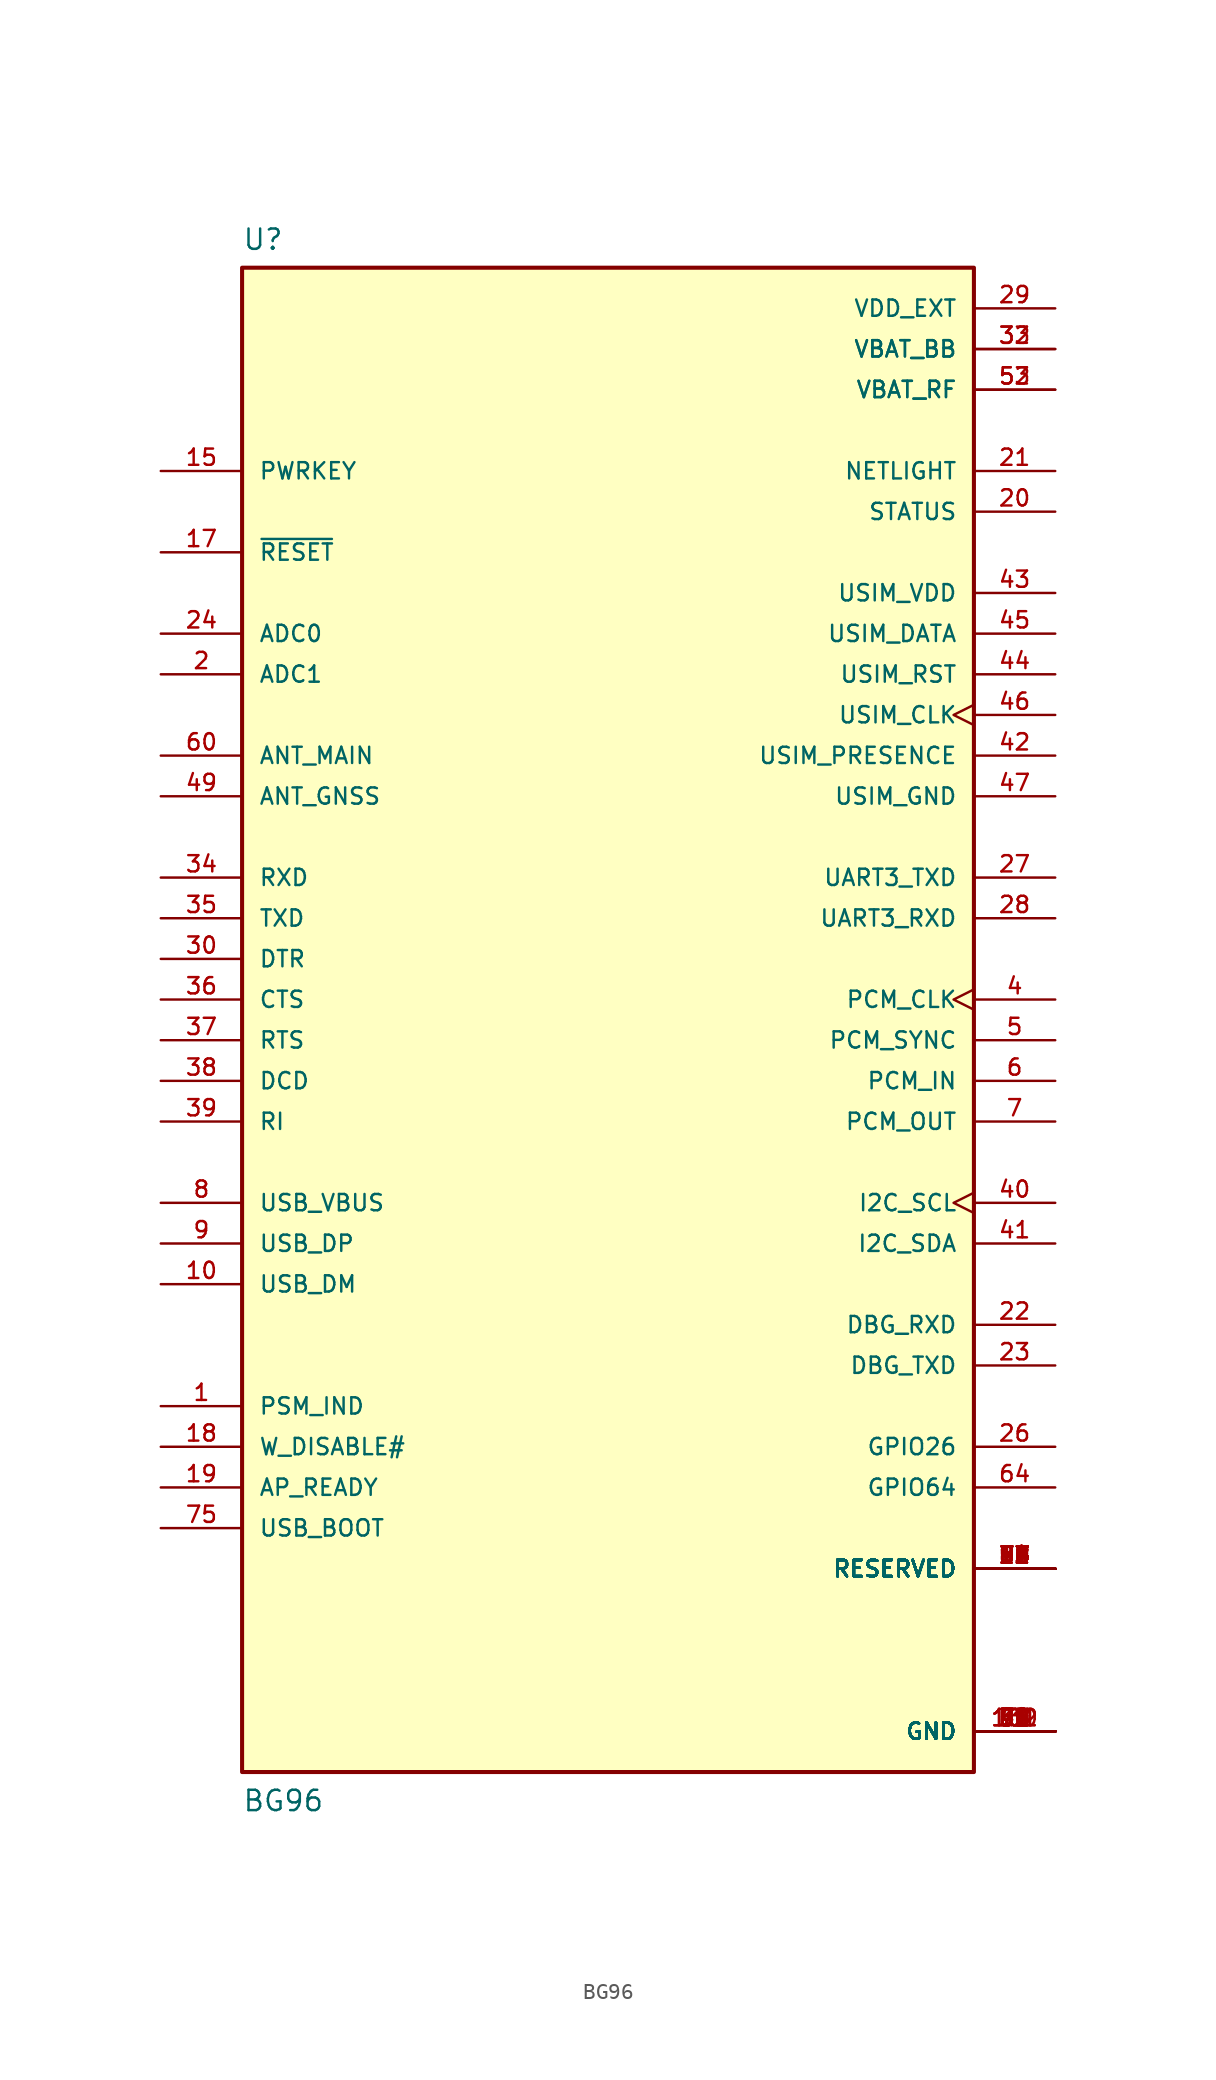
<source format=kicad_sym>
(kicad_symbol_lib
  (version 20211014)
  (generator kicad_symbol_editor)
  (symbol "BG96"
    (pin_names
      (offset 1.016))
    (property "Reference" "U"
      (at -22.86 46.736 0)
      (effects (font (size 1.27 1.27)) (justify bottom left)))
    (property "Value" "BG96"
      (at -22.86 -50.8 0)
      (effects (font (size 1.27 1.27)) (justify bottom left)))
    (symbol "BG96_0_0"
      (rectangle (start -22.86 -48.26) (end 22.86 45.72) (stroke (width 0.254)) (fill (type background)))
      (pin power_in line (at 27.94 40.64 180.0) (length 5.08) (name "VBAT_BB" (effects (font (size 1.016 1.016)))) (number "32" (effects (font (size 1.016 1.016)))))
      (pin power_in line (at 27.94 40.64 180.0) (length 5.08) (name "VBAT_BB" (effects (font (size 1.016 1.016)))) (number "33" (effects (font (size 1.016 1.016)))))
      (pin power_in line (at 27.94 43.18 180.0) (length 5.08) (name "VDD_EXT" (effects (font (size 1.016 1.016)))) (number "29" (effects (font (size 1.016 1.016)))))
      (pin power_in line (at 27.94 -45.72 180.0) (length 5.08) (name "GND" (effects (font (size 1.016 1.016)))) (number "3" (effects (font (size 1.016 1.016)))))
      (pin power_in line (at 27.94 -45.72 180.0) (length 5.08) (name "GND" (effects (font (size 1.016 1.016)))) (number "31" (effects (font (size 1.016 1.016)))))
      (pin power_in line (at 27.94 -45.72 180.0) (length 5.08) (name "GND" (effects (font (size 1.016 1.016)))) (number "48" (effects (font (size 1.016 1.016)))))
      (pin power_in line (at 27.94 -45.72 180.0) (length 5.08) (name "GND" (effects (font (size 1.016 1.016)))) (number "50" (effects (font (size 1.016 1.016)))))
      (pin power_in line (at 27.94 -45.72 180.0) (length 5.08) (name "GND" (effects (font (size 1.016 1.016)))) (number "54" (effects (font (size 1.016 1.016)))))
      (pin power_in line (at 27.94 -45.72 180.0) (length 5.08) (name "GND" (effects (font (size 1.016 1.016)))) (number "55" (effects (font (size 1.016 1.016)))))
      (pin power_in line (at 27.94 -45.72 180.0) (length 5.08) (name "GND" (effects (font (size 1.016 1.016)))) (number "58" (effects (font (size 1.016 1.016)))))
      (pin power_in line (at 27.94 -45.72 180.0) (length 5.08) (name "GND" (effects (font (size 1.016 1.016)))) (number "59" (effects (font (size 1.016 1.016)))))
      (pin power_in line (at 27.94 -45.72 180.0) (length 5.08) (name "GND" (effects (font (size 1.016 1.016)))) (number "61" (effects (font (size 1.016 1.016)))))
      (pin power_in line (at 27.94 -45.72 180.0) (length 5.08) (name "GND" (effects (font (size 1.016 1.016)))) (number "62" (effects (font (size 1.016 1.016)))))
      (pin power_in line (at 27.94 -45.72 180.0) (length 5.08) (name "GND" (effects (font (size 1.016 1.016)))) (number "67" (effects (font (size 1.016 1.016)))))
      (pin power_in line (at 27.94 -45.72 180.0) (length 5.08) (name "GND" (effects (font (size 1.016 1.016)))) (number "68" (effects (font (size 1.016 1.016)))))
      (pin power_in line (at 27.94 -45.72 180.0) (length 5.08) (name "GND" (effects (font (size 1.016 1.016)))) (number "69" (effects (font (size 1.016 1.016)))))
      (pin power_in line (at 27.94 -45.72 180.0) (length 5.08) (name "GND" (effects (font (size 1.016 1.016)))) (number "70" (effects (font (size 1.016 1.016)))))
      (pin power_in line (at 27.94 -45.72 180.0) (length 5.08) (name "GND" (effects (font (size 1.016 1.016)))) (number "71" (effects (font (size 1.016 1.016)))))
      (pin power_in line (at 27.94 -45.72 180.0) (length 5.08) (name "GND" (effects (font (size 1.016 1.016)))) (number "72" (effects (font (size 1.016 1.016)))))
      (pin power_in line (at 27.94 -45.72 180.0) (length 5.08) (name "GND" (effects (font (size 1.016 1.016)))) (number "73" (effects (font (size 1.016 1.016)))))
      (pin power_in line (at 27.94 -45.72 180.0) (length 5.08) (name "GND" (effects (font (size 1.016 1.016)))) (number "74" (effects (font (size 1.016 1.016)))))
      (pin power_in line (at 27.94 -45.72 180.0) (length 5.08) (name "GND" (effects (font (size 1.016 1.016)))) (number "79" (effects (font (size 1.016 1.016)))))
      (pin power_in line (at 27.94 -45.72 180.0) (length 5.08) (name "GND" (effects (font (size 1.016 1.016)))) (number "80" (effects (font (size 1.016 1.016)))))
      (pin power_in line (at 27.94 -45.72 180.0) (length 5.08) (name "GND" (effects (font (size 1.016 1.016)))) (number "81" (effects (font (size 1.016 1.016)))))
      (pin power_in line (at 27.94 -45.72 180.0) (length 5.08) (name "GND" (effects (font (size 1.016 1.016)))) (number "82" (effects (font (size 1.016 1.016)))))
      (pin power_in line (at 27.94 -45.72 180.0) (length 5.08) (name "GND" (effects (font (size 1.016 1.016)))) (number "89" (effects (font (size 1.016 1.016)))))
      (pin power_in line (at 27.94 -45.72 180.0) (length 5.08) (name "GND" (effects (font (size 1.016 1.016)))) (number "90" (effects (font (size 1.016 1.016)))))
      (pin power_in line (at 27.94 -45.72 180.0) (length 5.08) (name "GND" (effects (font (size 1.016 1.016)))) (number "91" (effects (font (size 1.016 1.016)))))
      (pin power_in line (at 27.94 -45.72 180.0) (length 5.08) (name "GND" (effects (font (size 1.016 1.016)))) (number "100" (effects (font (size 1.016 1.016)))))
      (pin power_in line (at 27.94 -45.72 180.0) (length 5.08) (name "GND" (effects (font (size 1.016 1.016)))) (number "101" (effects (font (size 1.016 1.016)))))
      (pin power_in line (at 27.94 -45.72 180.0) (length 5.08) (name "GND" (effects (font (size 1.016 1.016)))) (number "102" (effects (font (size 1.016 1.016)))))
      (pin input line (at -27.94 27.94 0) (length 5.08) (name "~{RESET}" (effects (font (size 1.016 1.016)))) (number "17" (effects (font (size 1.016 1.016)))))
      (pin input line (at -27.94 20.32 0) (length 5.08) (name "ADC1" (effects (font (size 1.016 1.016)))) (number "2" (effects (font (size 1.016 1.016)))))
      (pin power_in line (at 27.94 12.7 180.0) (length 5.08) (name "USIM_GND" (effects (font (size 1.016 1.016)))) (number "47" (effects (font (size 1.016 1.016)))))
      (pin power_in line (at 27.94 25.4 180.0) (length 5.08) (name "USIM_VDD" (effects (font (size 1.016 1.016)))) (number "43" (effects (font (size 1.016 1.016)))))
      (pin output clock (at 27.94 17.78 180.0) (length 5.08) (name "USIM_CLK" (effects (font (size 1.016 1.016)))) (number "46" (effects (font (size 1.016 1.016)))))
      (pin output line (at 27.94 20.32 180.0) (length 5.08) (name "USIM_RST" (effects (font (size 1.016 1.016)))) (number "44" (effects (font (size 1.016 1.016)))))
      (pin bidirectional line (at 27.94 22.86 180.0) (length 5.08) (name "USIM_DATA" (effects (font (size 1.016 1.016)))) (number "45" (effects (font (size 1.016 1.016)))))
      (pin bidirectional line (at -27.94 15.24 0) (length 5.08) (name "ANT_MAIN" (effects (font (size 1.016 1.016)))) (number "60" (effects (font (size 1.016 1.016)))))
      (pin output line (at 27.94 33.02 180.0) (length 5.08) (name "NETLIGHT" (effects (font (size 1.016 1.016)))) (number "21" (effects (font (size 1.016 1.016)))))
      (pin input line (at -27.94 7.62 0) (length 5.08) (name "RXD" (effects (font (size 1.016 1.016)))) (number "34" (effects (font (size 1.016 1.016)))))
      (pin output line (at -27.94 5.08 0) (length 5.08) (name "TXD" (effects (font (size 1.016 1.016)))) (number "35" (effects (font (size 1.016 1.016)))))
      (pin input line (at 27.94 -20.32 180.0) (length 5.08) (name "DBG_RXD" (effects (font (size 1.016 1.016)))) (number "22" (effects (font (size 1.016 1.016)))))
      (pin output line (at 27.94 -22.86 180.0) (length 5.08) (name "DBG_TXD" (effects (font (size 1.016 1.016)))) (number "23" (effects (font (size 1.016 1.016)))))
      (pin output line (at -27.94 -7.62 0) (length 5.08) (name "RI" (effects (font (size 1.016 1.016)))) (number "39" (effects (font (size 1.016 1.016)))))
      (pin bidirectional line (at 27.94 -35.56 180.0) (length 5.08) (name "RESERVED" (effects (font (size 1.016 1.016)))) (number "11" (effects (font (size 1.016 1.016)))))
      (pin bidirectional line (at 27.94 -35.56 180.0) (length 5.08) (name "RESERVED" (effects (font (size 1.016 1.016)))) (number "12" (effects (font (size 1.016 1.016)))))
      (pin bidirectional line (at 27.94 -35.56 180.0) (length 5.08) (name "RESERVED" (effects (font (size 1.016 1.016)))) (number "13" (effects (font (size 1.016 1.016)))))
      (pin bidirectional line (at 27.94 -35.56 180.0) (length 5.08) (name "RESERVED" (effects (font (size 1.016 1.016)))) (number "14" (effects (font (size 1.016 1.016)))))
      (pin bidirectional line (at 27.94 -35.56 180.0) (length 5.08) (name "RESERVED" (effects (font (size 1.016 1.016)))) (number "16" (effects (font (size 1.016 1.016)))))
      (pin bidirectional line (at 27.94 -35.56 180.0) (length 5.08) (name "RESERVED" (effects (font (size 1.016 1.016)))) (number "25" (effects (font (size 1.016 1.016)))))
      (pin bidirectional line (at 27.94 -35.56 180.0) (length 5.08) (name "RESERVED" (effects (font (size 1.016 1.016)))) (number "51" (effects (font (size 1.016 1.016)))))
      (pin bidirectional line (at 27.94 -35.56 180.0) (length 5.08) (name "RESERVED" (effects (font (size 1.016 1.016)))) (number "56" (effects (font (size 1.016 1.016)))))
      (pin bidirectional line (at 27.94 -35.56 180.0) (length 5.08) (name "RESERVED" (effects (font (size 1.016 1.016)))) (number "57" (effects (font (size 1.016 1.016)))))
      (pin bidirectional line (at 27.94 -35.56 180.0) (length 5.08) (name "RESERVED" (effects (font (size 1.016 1.016)))) (number "63" (effects (font (size 1.016 1.016)))))
      (pin bidirectional line (at 27.94 -35.56 180.0) (length 5.08) (name "RESERVED" (effects (font (size 1.016 1.016)))) (number "65" (effects (font (size 1.016 1.016)))))
      (pin bidirectional line (at 27.94 -35.56 180.0) (length 5.08) (name "RESERVED" (effects (font (size 1.016 1.016)))) (number "66" (effects (font (size 1.016 1.016)))))
      (pin bidirectional line (at 27.94 -35.56 180.0) (length 5.08) (name "RESERVED" (effects (font (size 1.016 1.016)))) (number "76" (effects (font (size 1.016 1.016)))))
      (pin bidirectional line (at 27.94 -35.56 180.0) (length 5.08) (name "RESERVED" (effects (font (size 1.016 1.016)))) (number "77" (effects (font (size 1.016 1.016)))))
      (pin bidirectional line (at 27.94 -35.56 180.0) (length 5.08) (name "RESERVED" (effects (font (size 1.016 1.016)))) (number "78" (effects (font (size 1.016 1.016)))))
      (pin bidirectional line (at 27.94 -35.56 180.0) (length 5.08) (name "RESERVED" (effects (font (size 1.016 1.016)))) (number "83" (effects (font (size 1.016 1.016)))))
      (pin bidirectional line (at 27.94 -35.56 180.0) (length 5.08) (name "RESERVED" (effects (font (size 1.016 1.016)))) (number "84" (effects (font (size 1.016 1.016)))))
      (pin bidirectional line (at 27.94 -35.56 180.0) (length 5.08) (name "RESERVED" (effects (font (size 1.016 1.016)))) (number "85" (effects (font (size 1.016 1.016)))))
      (pin bidirectional line (at 27.94 -35.56 180.0) (length 5.08) (name "RESERVED" (effects (font (size 1.016 1.016)))) (number "86" (effects (font (size 1.016 1.016)))))
      (pin bidirectional line (at 27.94 -35.56 180.0) (length 5.08) (name "RESERVED" (effects (font (size 1.016 1.016)))) (number "87" (effects (font (size 1.016 1.016)))))
      (pin bidirectional line (at 27.94 -35.56 180.0) (length 5.08) (name "RESERVED" (effects (font (size 1.016 1.016)))) (number "88" (effects (font (size 1.016 1.016)))))
      (pin bidirectional line (at 27.94 -35.56 180.0) (length 5.08) (name "RESERVED" (effects (font (size 1.016 1.016)))) (number "92" (effects (font (size 1.016 1.016)))))
      (pin bidirectional line (at 27.94 -35.56 180.0) (length 5.08) (name "RESERVED" (effects (font (size 1.016 1.016)))) (number "93" (effects (font (size 1.016 1.016)))))
      (pin bidirectional line (at 27.94 -35.56 180.0) (length 5.08) (name "RESERVED" (effects (font (size 1.016 1.016)))) (number "94" (effects (font (size 1.016 1.016)))))
      (pin bidirectional line (at 27.94 -35.56 180.0) (length 5.08) (name "RESERVED" (effects (font (size 1.016 1.016)))) (number "95" (effects (font (size 1.016 1.016)))))
      (pin bidirectional line (at 27.94 -35.56 180.0) (length 5.08) (name "RESERVED" (effects (font (size 1.016 1.016)))) (number "96" (effects (font (size 1.016 1.016)))))
      (pin bidirectional line (at 27.94 -35.56 180.0) (length 5.08) (name "RESERVED" (effects (font (size 1.016 1.016)))) (number "97" (effects (font (size 1.016 1.016)))))
      (pin bidirectional line (at 27.94 -35.56 180.0) (length 5.08) (name "RESERVED" (effects (font (size 1.016 1.016)))) (number "98" (effects (font (size 1.016 1.016)))))
      (pin bidirectional line (at 27.94 -35.56 180.0) (length 5.08) (name "RESERVED" (effects (font (size 1.016 1.016)))) (number "99" (effects (font (size 1.016 1.016)))))
      (pin power_in line (at 27.94 38.1 180.0) (length 5.08) (name "VBAT_RF" (effects (font (size 1.016 1.016)))) (number "52" (effects (font (size 1.016 1.016)))))
      (pin power_in line (at 27.94 38.1 180.0) (length 5.08) (name "VBAT_RF" (effects (font (size 1.016 1.016)))) (number "53" (effects (font (size 1.016 1.016)))))
      (pin input line (at -27.94 33.02 0) (length 5.08) (name "PWRKEY" (effects (font (size 1.016 1.016)))) (number "15" (effects (font (size 1.016 1.016)))))
      (pin output line (at 27.94 30.48 180.0) (length 5.08) (name "STATUS" (effects (font (size 1.016 1.016)))) (number "20" (effects (font (size 1.016 1.016)))))
      (pin input line (at -27.94 -12.7 0) (length 5.08) (name "USB_VBUS" (effects (font (size 1.016 1.016)))) (number "8" (effects (font (size 1.016 1.016)))))
      (pin bidirectional line (at -27.94 -15.24 0) (length 5.08) (name "USB_DP" (effects (font (size 1.016 1.016)))) (number "9" (effects (font (size 1.016 1.016)))))
      (pin bidirectional line (at -27.94 -17.78 0) (length 5.08) (name "USB_DM" (effects (font (size 1.016 1.016)))) (number "10" (effects (font (size 1.016 1.016)))))
      (pin input line (at 27.94 15.24 180.0) (length 5.08) (name "USIM_PRESENCE" (effects (font (size 1.016 1.016)))) (number "42" (effects (font (size 1.016 1.016)))))
      (pin input line (at -27.94 2.54 0) (length 5.08) (name "DTR" (effects (font (size 1.016 1.016)))) (number "30" (effects (font (size 1.016 1.016)))))
      (pin output line (at -27.94 0.0 0) (length 5.08) (name "CTS" (effects (font (size 1.016 1.016)))) (number "36" (effects (font (size 1.016 1.016)))))
      (pin input line (at -27.94 -2.54 0) (length 5.08) (name "RTS" (effects (font (size 1.016 1.016)))) (number "37" (effects (font (size 1.016 1.016)))))
      (pin output line (at -27.94 -5.08 0) (length 5.08) (name "DCD" (effects (font (size 1.016 1.016)))) (number "38" (effects (font (size 1.016 1.016)))))
      (pin output line (at 27.94 7.62 180.0) (length 5.08) (name "UART3_TXD" (effects (font (size 1.016 1.016)))) (number "27" (effects (font (size 1.016 1.016)))))
      (pin input line (at 27.94 5.08 180.0) (length 5.08) (name "UART3_RXD" (effects (font (size 1.016 1.016)))) (number "28" (effects (font (size 1.016 1.016)))))
      (pin output clock (at 27.94 0.0 180.0) (length 5.08) (name "PCM_CLK" (effects (font (size 1.016 1.016)))) (number "4" (effects (font (size 1.016 1.016)))))
      (pin output line (at 27.94 -2.54 180.0) (length 5.08) (name "PCM_SYNC" (effects (font (size 1.016 1.016)))) (number "5" (effects (font (size 1.016 1.016)))))
      (pin input line (at 27.94 -5.08 180.0) (length 5.08) (name "PCM_IN" (effects (font (size 1.016 1.016)))) (number "6" (effects (font (size 1.016 1.016)))))
      (pin output line (at 27.94 -7.62 180.0) (length 5.08) (name "PCM_OUT" (effects (font (size 1.016 1.016)))) (number "7" (effects (font (size 1.016 1.016)))))
      (pin output clock (at 27.94 -12.7 180.0) (length 5.08) (name "I2C_SCL" (effects (font (size 1.016 1.016)))) (number "40" (effects (font (size 1.016 1.016)))))
      (pin bidirectional line (at 27.94 -15.24 180.0) (length 5.08) (name "I2C_SDA" (effects (font (size 1.016 1.016)))) (number "41" (effects (font (size 1.016 1.016)))))
      (pin input line (at -27.94 12.7 0) (length 5.08) (name "ANT_GNSS" (effects (font (size 1.016 1.016)))) (number "49" (effects (font (size 1.016 1.016)))))
      (pin output line (at -27.94 -25.4 0) (length 5.08) (name "PSM_IND" (effects (font (size 1.016 1.016)))) (number "1" (effects (font (size 1.016 1.016)))))
      (pin input line (at -27.94 -27.94 0) (length 5.08) (name "W_DISABLE#" (effects (font (size 1.016 1.016)))) (number "18" (effects (font (size 1.016 1.016)))))
      (pin input line (at -27.94 -30.48 0) (length 5.08) (name "AP_READY" (effects (font (size 1.016 1.016)))) (number "19" (effects (font (size 1.016 1.016)))))
      (pin input line (at -27.94 -33.02 0) (length 5.08) (name "USB_BOOT" (effects (font (size 1.016 1.016)))) (number "75" (effects (font (size 1.016 1.016)))))
      (pin bidirectional line (at 27.94 -27.94 180.0) (length 5.08) (name "GPIO26" (effects (font (size 1.016 1.016)))) (number "26" (effects (font (size 1.016 1.016)))))
      (pin bidirectional line (at 27.94 -30.48 180.0) (length 5.08) (name "GPIO64" (effects (font (size 1.016 1.016)))) (number "64" (effects (font (size 1.016 1.016)))))
      (pin input line (at -27.94 22.86 0) (length 5.08) (name "ADC0" (effects (font (size 1.016 1.016)))) (number "24" (effects (font (size 1.016 1.016))))))))
</source>
